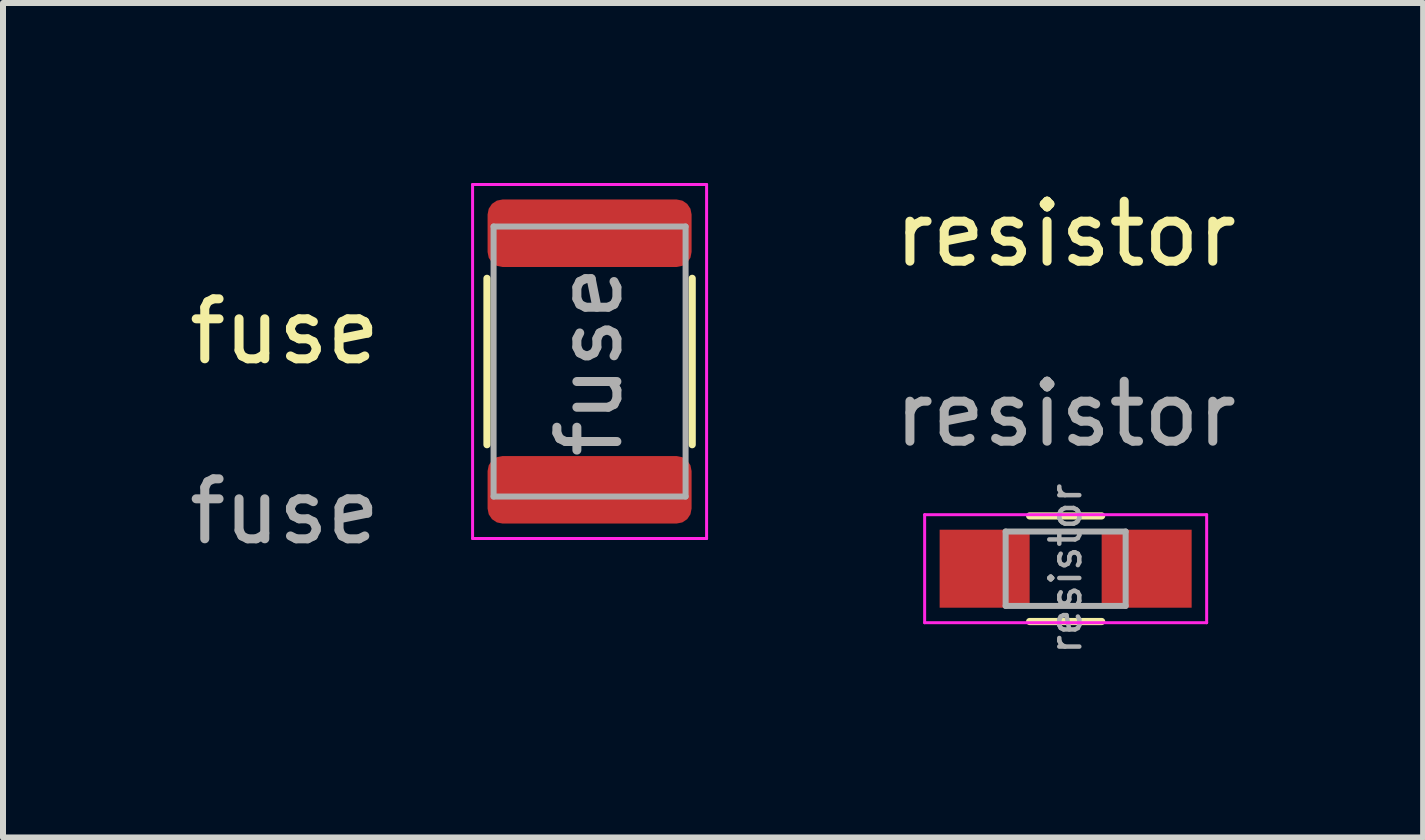
<source format=kicad_pcb>
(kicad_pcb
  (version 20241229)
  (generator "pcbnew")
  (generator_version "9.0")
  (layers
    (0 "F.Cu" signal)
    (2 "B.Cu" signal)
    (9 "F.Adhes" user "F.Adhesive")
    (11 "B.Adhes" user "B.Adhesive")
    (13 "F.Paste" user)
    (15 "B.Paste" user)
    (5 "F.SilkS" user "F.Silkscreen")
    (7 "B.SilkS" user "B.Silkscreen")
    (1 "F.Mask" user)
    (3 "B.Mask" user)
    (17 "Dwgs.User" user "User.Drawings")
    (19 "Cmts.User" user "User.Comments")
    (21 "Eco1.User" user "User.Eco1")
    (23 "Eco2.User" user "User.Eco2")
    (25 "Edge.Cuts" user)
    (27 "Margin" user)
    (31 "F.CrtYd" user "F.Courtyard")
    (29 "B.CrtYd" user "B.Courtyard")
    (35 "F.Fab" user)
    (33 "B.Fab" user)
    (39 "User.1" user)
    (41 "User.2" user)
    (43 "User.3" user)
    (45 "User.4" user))
  (footprint "resistor"
    (layer "F.Cu")
    (at 14.71 1.348)
    (property "Reference" "resistor" (at 0 -0.5 0) (unlocked yes) (layer "F.SilkS") (effects (font (size 1 1) (thickness 0.15))))
    (attr smd)
    (fp_line (start -0.6 4.2) (end 0.6 4.2) (stroke (width 0.12) (type solid)) (layer "F.SilkS"))
    (fp_line (start 0.6 5.96) (end -0.6 5.96) (stroke (width 0.12) (type solid)) (layer "F.SilkS"))
    (fp_line (start -2.35 4.18) (end -2.35 5.98) (stroke (width 0.05) (type solid)) (layer "F.CrtYd"))
    (fp_line (start -2.35 4.18) (end 2.35 4.18) (stroke (width 0.05) (type solid)) (layer "F.CrtYd"))
    (fp_line (start 2.35 5.98) (end -2.35 5.98) (stroke (width 0.05) (type solid)) (layer "F.CrtYd"))
    (fp_line (start 2.35 5.98) (end 2.35 4.18) (stroke (width 0.05) (type solid)) (layer "F.CrtYd"))
    (fp_line (start -1 4.46) (end 1 4.46) (stroke (width 0.1) (type solid)) (layer "F.Fab"))
    (fp_line (start -1 5.7) (end -1 4.46) (stroke (width 0.1) (type solid)) (layer "F.Fab"))
    (fp_line (start 1 4.46) (end 1 5.7) (stroke (width 0.1) (type solid)) (layer "F.Fab"))
    (fp_line (start 1 5.7) (end -1 5.7) (stroke (width 0.1) (type solid)) (layer "F.Fab"))
    (fp_text user "${REFERENCE}" (at 0 2.5 0) (unlocked yes) (layer "F.Fab") (effects (font (size 1 1) (thickness 0.15))))
    (fp_text user "${REFERENCE}" (at 0 5.08 270) (layer "F.Fab") (effects (font (size 0.5 0.5) (thickness 0.075))))
    (pad "1" smd rect (at 1.35 5.08 180) (size 1.5 1.3) (layers "F.Cu" "F.Mask" "F.Paste"))
    (pad "2" smd rect (at -1.35 5.08 180) (size 1.5 1.3) (layers "F.Cu" "F.Mask" "F.Paste")))
  (footprint "fuse"
    (layer "F.Cu")
    (at 1.696 2.975)
    (property "Reference" "fuse" (at 0 -0.5 0) (unlocked yes) (layer "F.SilkS") (effects (font (size 1 1) (thickness 0.15))))
    (attr smd)
    (fp_line (start 3.37 -1.386) (end 3.37 1.386) (stroke (width 0.12) (type solid)) (layer "F.SilkS"))
    (fp_line (start 6.79 -1.386) (end 6.79 1.386) (stroke (width 0.12) (type solid)) (layer "F.SilkS"))
    (fp_line (start 3.13 -2.95) (end 7.03 -2.95) (stroke (width 0.05) (type solid)) (layer "F.CrtYd"))
    (fp_line (start 3.13 2.95) (end 3.13 -2.95) (stroke (width 0.05) (type solid)) (layer "F.CrtYd"))
    (fp_line (start 7.03 -2.95) (end 7.03 2.95) (stroke (width 0.05) (type solid)) (layer "F.CrtYd"))
    (fp_line (start 7.03 2.95) (end 3.13 2.95) (stroke (width 0.05) (type solid)) (layer "F.CrtYd"))
    (fp_line (start 3.48 -2.25) (end 6.68 -2.25) (stroke (width 0.1) (type solid)) (layer "F.Fab"))
    (fp_line (start 3.48 2.25) (end 3.48 -2.25) (stroke (width 0.1) (type solid)) (layer "F.Fab"))
    (fp_line (start 6.68 -2.25) (end 6.68 2.25) (stroke (width 0.1) (type solid)) (layer "F.Fab"))
    (fp_line (start 6.68 2.25) (end 3.48 2.25) (stroke (width 0.1) (type solid)) (layer "F.Fab"))
    (fp_text user "${REFERENCE}" (at 0 2.5 0) (unlocked yes) (layer "F.Fab") (effects (font (size 1 1) (thickness 0.15))))
    (fp_text user "${REFERENCE}" (at 5.08 0 90) (layer "F.Fab") (effects (font (size 1 1) (thickness 0.15))))
    (pad "1" smd roundrect (at 5.08 -2.138 270) (size 1.125 3.4) (layers "F.Cu" "F.Mask" "F.Paste") (roundrect_rratio 0.222))
    (pad "2" smd roundrect (at 5.08 2.138 270) (size 1.125 3.4) (layers "F.Cu" "F.Mask" "F.Paste") (roundrect_rratio 0.222)))
  (gr_rect
    (start -3 -3)
    (end 20.668 10.907)
    (stroke (width 0.1) (type default))
    (fill no)
    (layer "Edge.Cuts")))
</source>
